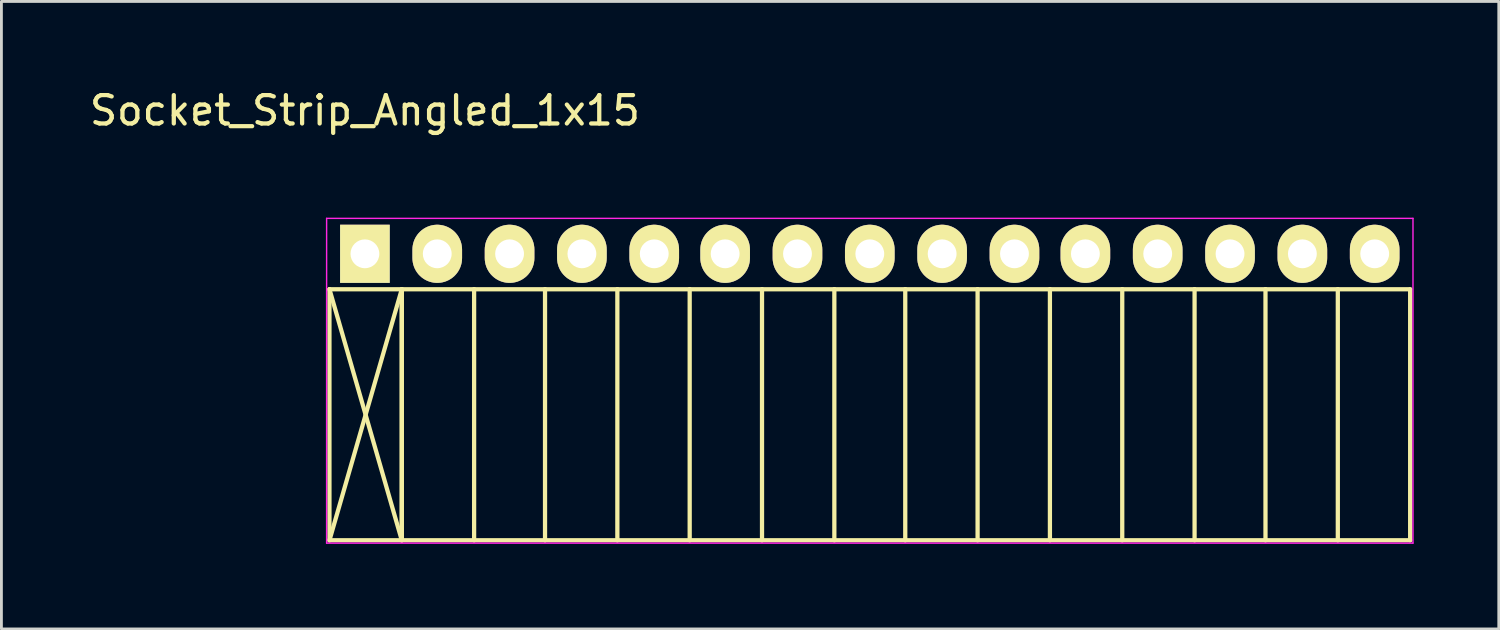
<source format=kicad_pcb>
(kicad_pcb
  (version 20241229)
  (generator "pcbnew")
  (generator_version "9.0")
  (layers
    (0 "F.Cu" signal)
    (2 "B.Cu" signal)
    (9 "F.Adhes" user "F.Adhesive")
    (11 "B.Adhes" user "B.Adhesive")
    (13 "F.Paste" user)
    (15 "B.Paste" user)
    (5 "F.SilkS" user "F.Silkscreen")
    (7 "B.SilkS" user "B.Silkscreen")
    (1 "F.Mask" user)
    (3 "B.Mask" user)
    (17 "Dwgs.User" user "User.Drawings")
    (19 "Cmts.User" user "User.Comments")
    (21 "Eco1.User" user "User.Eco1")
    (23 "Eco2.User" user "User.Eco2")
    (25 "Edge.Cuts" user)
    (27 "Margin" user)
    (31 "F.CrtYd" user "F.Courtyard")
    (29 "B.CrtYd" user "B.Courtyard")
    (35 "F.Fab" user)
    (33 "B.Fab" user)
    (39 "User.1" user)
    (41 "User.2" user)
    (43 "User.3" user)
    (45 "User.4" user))
  (footprint "Socket_Strip_Angled_1x15"
    (layer "F.Cu")
    (at 9.815 5.898)
    (property "Reference" "Socket_Strip_Angled_1x15" (at 0 -5.05 0) (layer "F.SilkS") (effects (font (size 1 1) (thickness 0.15))))
    (attr through_hole)
    (fp_line (start -1.25 1.25) (end -1.25 10.1) (stroke (width 0.15) (type solid)) (layer "F.SilkS"))
    (fp_line (start -1.25 1.25) (end 1.3 1.25) (stroke (width 0.15) (type solid)) (layer "F.SilkS"))
    (fp_line (start -1.25 1.25) (end 1.3 10.1) (stroke (width 0.15) (type solid)) (layer "F.SilkS"))
    (fp_line (start -1.25 10.1) (end 1.3 1.25) (stroke (width 0.15) (type solid)) (layer "F.SilkS"))
    (fp_line (start -1.25 10.1) (end 1.3 10.1) (stroke (width 0.15) (type solid)) (layer "F.SilkS"))
    (fp_line (start 1.3 1.25) (end 1.3 10.1) (stroke (width 0.15) (type solid)) (layer "F.SilkS"))
    (fp_line (start 1.3 1.25) (end 3.85 1.25) (stroke (width 0.15) (type solid)) (layer "F.SilkS"))
    (fp_line (start 1.3 10.1) (end 1.3 1.25) (stroke (width 0.15) (type solid)) (layer "F.SilkS"))
    (fp_line (start 1.3 10.1) (end 3.85 10.1) (stroke (width 0.15) (type solid)) (layer "F.SilkS"))
    (fp_line (start 3.85 1.25) (end 6.35 1.25) (stroke (width 0.15) (type solid)) (layer "F.SilkS"))
    (fp_line (start 3.85 10.1) (end 3.85 1.25) (stroke (width 0.15) (type solid)) (layer "F.SilkS"))
    (fp_line (start 3.85 10.1) (end 6.35 10.1) (stroke (width 0.15) (type solid)) (layer "F.SilkS"))
    (fp_line (start 6.35 1.25) (end 8.9 1.25) (stroke (width 0.15) (type solid)) (layer "F.SilkS"))
    (fp_line (start 6.35 10.1) (end 6.35 1.25) (stroke (width 0.15) (type solid)) (layer "F.SilkS"))
    (fp_line (start 6.35 10.1) (end 8.9 10.1) (stroke (width 0.15) (type solid)) (layer "F.SilkS"))
    (fp_line (start 8.9 1.25) (end 11.45 1.25) (stroke (width 0.15) (type solid)) (layer "F.SilkS"))
    (fp_line (start 8.9 10.1) (end 8.9 1.25) (stroke (width 0.15) (type solid)) (layer "F.SilkS"))
    (fp_line (start 8.9 10.1) (end 11.45 10.1) (stroke (width 0.15) (type solid)) (layer "F.SilkS"))
    (fp_line (start 11.45 1.25) (end 14 1.25) (stroke (width 0.15) (type solid)) (layer "F.SilkS"))
    (fp_line (start 11.45 10.1) (end 11.45 1.25) (stroke (width 0.15) (type solid)) (layer "F.SilkS"))
    (fp_line (start 11.45 10.1) (end 14 10.1) (stroke (width 0.15) (type solid)) (layer "F.SilkS"))
    (fp_line (start 14 1.25) (end 16.55 1.25) (stroke (width 0.15) (type solid)) (layer "F.SilkS"))
    (fp_line (start 14 10.1) (end 14 1.25) (stroke (width 0.15) (type solid)) (layer "F.SilkS"))
    (fp_line (start 14 10.1) (end 16.55 10.1) (stroke (width 0.15) (type solid)) (layer "F.SilkS"))
    (fp_line (start 16.55 1.25) (end 19.05 1.25) (stroke (width 0.15) (type solid)) (layer "F.SilkS"))
    (fp_line (start 16.55 10.1) (end 16.55 1.25) (stroke (width 0.15) (type solid)) (layer "F.SilkS"))
    (fp_line (start 16.55 10.1) (end 19.05 10.1) (stroke (width 0.15) (type solid)) (layer "F.SilkS"))
    (fp_line (start 19.05 1.25) (end 21.6 1.25) (stroke (width 0.15) (type solid)) (layer "F.SilkS"))
    (fp_line (start 19.05 10.1) (end 19.05 1.25) (stroke (width 0.15) (type solid)) (layer "F.SilkS"))
    (fp_line (start 19.05 10.1) (end 21.6 10.1) (stroke (width 0.15) (type solid)) (layer "F.SilkS"))
    (fp_line (start 21.6 1.25) (end 24.15 1.25) (stroke (width 0.15) (type solid)) (layer "F.SilkS"))
    (fp_line (start 21.6 10.1) (end 21.6 1.25) (stroke (width 0.15) (type solid)) (layer "F.SilkS"))
    (fp_line (start 21.6 10.1) (end 24.15 10.1) (stroke (width 0.15) (type solid)) (layer "F.SilkS"))
    (fp_line (start 24.15 1.25) (end 26.7 1.25) (stroke (width 0.15) (type solid)) (layer "F.SilkS"))
    (fp_line (start 24.15 10.1) (end 24.15 1.25) (stroke (width 0.15) (type solid)) (layer "F.SilkS"))
    (fp_line (start 24.15 10.1) (end 26.7 10.1) (stroke (width 0.15) (type solid)) (layer "F.SilkS"))
    (fp_line (start 26.7 1.25) (end 29.25 1.25) (stroke (width 0.15) (type solid)) (layer "F.SilkS"))
    (fp_line (start 26.7 10.1) (end 26.7 1.25) (stroke (width 0.15) (type solid)) (layer "F.SilkS"))
    (fp_line (start 26.7 10.1) (end 29.25 10.1) (stroke (width 0.15) (type solid)) (layer "F.SilkS"))
    (fp_line (start 29.25 1.25) (end 31.75 1.25) (stroke (width 0.15) (type solid)) (layer "F.SilkS"))
    (fp_line (start 29.25 10.1) (end 29.25 1.25) (stroke (width 0.15) (type solid)) (layer "F.SilkS"))
    (fp_line (start 29.25 10.1) (end 31.75 10.1) (stroke (width 0.15) (type solid)) (layer "F.SilkS"))
    (fp_line (start 31.75 1.25) (end 34.3 1.25) (stroke (width 0.15) (type solid)) (layer "F.SilkS"))
    (fp_line (start 31.75 10.1) (end 31.75 1.25) (stroke (width 0.15) (type solid)) (layer "F.SilkS"))
    (fp_line (start 31.75 10.1) (end 34.3 10.1) (stroke (width 0.15) (type solid)) (layer "F.SilkS"))
    (fp_line (start 34.3 1.25) (end 36.85 1.25) (stroke (width 0.15) (type solid)) (layer "F.SilkS"))
    (fp_line (start 34.3 10.1) (end 34.3 1.25) (stroke (width 0.15) (type solid)) (layer "F.SilkS"))
    (fp_line (start 34.3 10.1) (end 36.85 10.1) (stroke (width 0.15) (type solid)) (layer "F.SilkS"))
    (fp_line (start 36.85 10.1) (end 36.85 1.25) (stroke (width 0.15) (type solid)) (layer "F.SilkS"))
    (fp_line (start -1.35 -1.25) (end -1.35 10.2) (stroke (width 0.05) (type solid)) (layer "F.CrtYd"))
    (fp_line (start -1.35 -1.25) (end 36.95 -1.25) (stroke (width 0.05) (type solid)) (layer "F.CrtYd"))
    (fp_line (start -1.35 10.2) (end 36.95 10.2) (stroke (width 0.05) (type solid)) (layer "F.CrtYd"))
    (fp_line (start 36.95 -1.25) (end 36.95 10.2) (stroke (width 0.05) (type solid)) (layer "F.CrtYd"))
    (pad "1" thru_hole rect (at 0 0) (size 1.75 2.05) (drill 1.016) (layers "*.Cu" "*.Mask" "F.SilkS"))
    (pad "2" thru_hole oval (at 2.55 0) (size 1.75 2.05) (drill 1.016) (layers "*.Cu" "*.Mask" "F.SilkS"))
    (pad "3" thru_hole oval (at 5.1 0) (size 1.75 2.05) (drill 1.016) (layers "*.Cu" "*.Mask" "F.SilkS"))
    (pad "4" thru_hole oval (at 7.65 0) (size 1.75 2.05) (drill 1.016) (layers "*.Cu" "*.Mask" "F.SilkS"))
    (pad "5" thru_hole oval (at 10.2 0) (size 1.75 2.05) (drill 1.016) (layers "*.Cu" "*.Mask" "F.SilkS"))
    (pad "6" thru_hole oval (at 12.7 0) (size 1.75 2.05) (drill 1.016) (layers "*.Cu" "*.Mask" "F.SilkS"))
    (pad "7" thru_hole oval (at 15.25 0) (size 1.75 2.05) (drill 1.016) (layers "*.Cu" "*.Mask" "F.SilkS"))
    (pad "8" thru_hole oval (at 17.8 0) (size 1.75 2.05) (drill 1.016) (layers "*.Cu" "*.Mask" "F.SilkS"))
    (pad "9" thru_hole oval (at 20.35 0) (size 1.75 2.05) (drill 1.016) (layers "*.Cu" "*.Mask" "F.SilkS"))
    (pad "10" thru_hole oval (at 22.9 0) (size 1.75 2.05) (drill 1.016) (layers "*.Cu" "*.Mask" "F.SilkS"))
    (pad "11" thru_hole oval (at 25.4 0) (size 1.75 2.05) (drill 1.016) (layers "*.Cu" "*.Mask" "F.SilkS"))
    (pad "12" thru_hole oval (at 27.95 0) (size 1.75 2.05) (drill 1.016) (layers "*.Cu" "*.Mask" "F.SilkS"))
    (pad "13" thru_hole oval (at 30.5 0) (size 1.75 2.05) (drill 1.016) (layers "*.Cu" "*.Mask" "F.SilkS"))
    (pad "14" thru_hole oval (at 33.05 0) (size 1.75 2.05) (drill 1.016) (layers "*.Cu" "*.Mask" "F.SilkS"))
    (pad "15" thru_hole oval (at 35.6 0) (size 1.75 2.05) (drill 1.016) (layers "*.Cu" "*.Mask" "F.SilkS")))
  (gr_rect
    (start -3 -3)
    (end 49.79 19.123)
    (stroke (width 0.1) (type default))
    (fill no)
    (layer "Edge.Cuts")))
</source>
